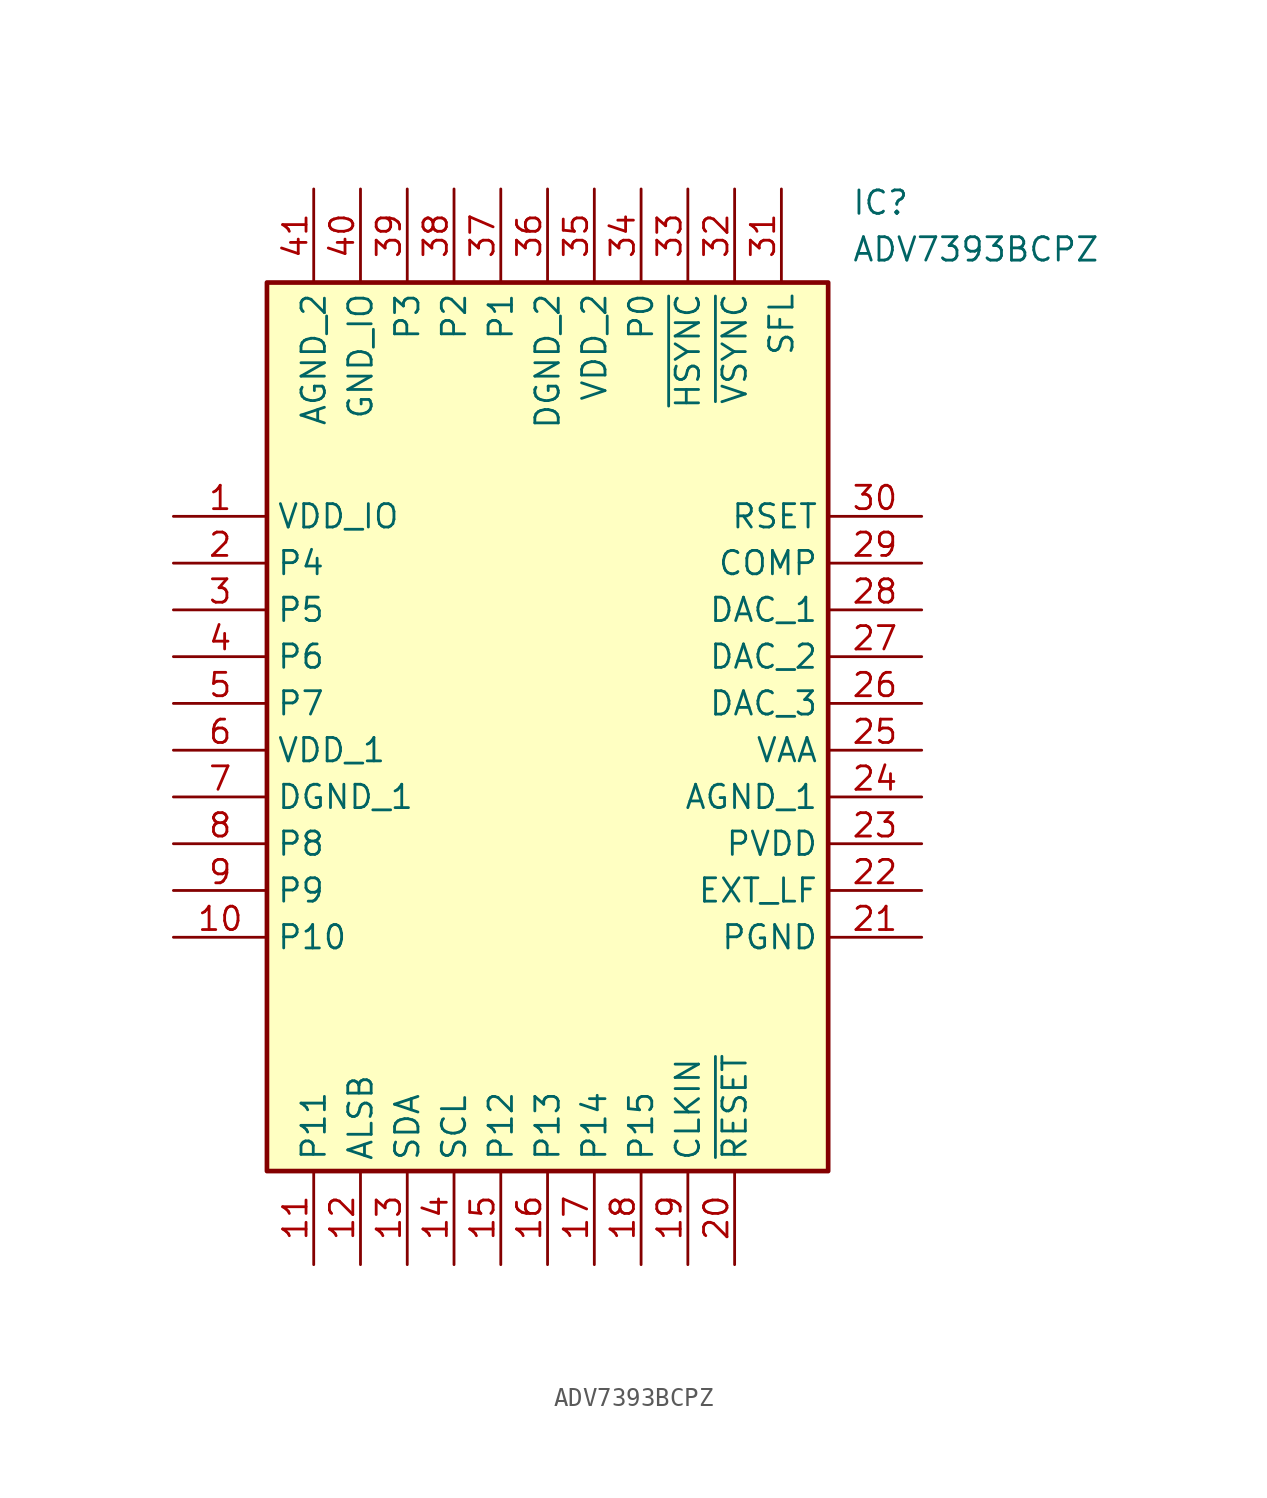
<source format=kicad_sym>
(kicad_symbol_lib
  (version 20211014)
  (generator SamacSys_ECAD_Model)
  (symbol "ADV7393BCPZ"
    (property "Reference" "IC"
      (at 36.83 17.78 0)
      (effects (font (size 1.27 1.27)) (justify left top)))
    (property "Value" "ADV7393BCPZ"
      (at 36.83 15.24 0)
      (effects (font (size 1.27 1.27)) (justify left top)))
    (rectangle
      (start 5.08 12.7)
      (end 35.56 -35.56)
      (stroke (width 0.254) (type default))
      (fill (type background)))
    (pin passive line
      (at 0 0 0)
      (length 5.08)
      (name "VDD_IO" (effects (font (size 1.27 1.27))))
      (number "1" (effects (font (size 1.27 1.27)))))
    (pin passive line
      (at 0 -2.54 0)
      (length 5.08)
      (name "P4" (effects (font (size 1.27 1.27))))
      (number "2" (effects (font (size 1.27 1.27)))))
    (pin passive line
      (at 0 -5.08 0)
      (length 5.08)
      (name "P5" (effects (font (size 1.27 1.27))))
      (number "3" (effects (font (size 1.27 1.27)))))
    (pin passive line
      (at 0 -7.62 0)
      (length 5.08)
      (name "P6" (effects (font (size 1.27 1.27))))
      (number "4" (effects (font (size 1.27 1.27)))))
    (pin passive line
      (at 0 -10.16 0)
      (length 5.08)
      (name "P7" (effects (font (size 1.27 1.27))))
      (number "5" (effects (font (size 1.27 1.27)))))
    (pin passive line
      (at 0 -12.7 0)
      (length 5.08)
      (name "VDD_1" (effects (font (size 1.27 1.27))))
      (number "6" (effects (font (size 1.27 1.27)))))
    (pin passive line
      (at 0 -15.24 0)
      (length 5.08)
      (name "DGND_1" (effects (font (size 1.27 1.27))))
      (number "7" (effects (font (size 1.27 1.27)))))
    (pin passive line
      (at 0 -17.78 0)
      (length 5.08)
      (name "P8" (effects (font (size 1.27 1.27))))
      (number "8" (effects (font (size 1.27 1.27)))))
    (pin passive line
      (at 0 -20.32 0)
      (length 5.08)
      (name "P9" (effects (font (size 1.27 1.27))))
      (number "9" (effects (font (size 1.27 1.27)))))
    (pin passive line
      (at 0 -22.86 0)
      (length 5.08)
      (name "P10" (effects (font (size 1.27 1.27))))
      (number "10" (effects (font (size 1.27 1.27)))))
    (pin passive line
      (at 7.62 -40.64 90)
      (length 5.08)
      (name "P11" (effects (font (size 1.27 1.27))))
      (number "11" (effects (font (size 1.27 1.27)))))
    (pin passive line
      (at 10.16 -40.64 90)
      (length 5.08)
      (name "ALSB" (effects (font (size 1.27 1.27))))
      (number "12" (effects (font (size 1.27 1.27)))))
    (pin passive line
      (at 12.7 -40.64 90)
      (length 5.08)
      (name "SDA" (effects (font (size 1.27 1.27))))
      (number "13" (effects (font (size 1.27 1.27)))))
    (pin passive line
      (at 15.24 -40.64 90)
      (length 5.08)
      (name "SCL" (effects (font (size 1.27 1.27))))
      (number "14" (effects (font (size 1.27 1.27)))))
    (pin passive line
      (at 17.78 -40.64 90)
      (length 5.08)
      (name "P12" (effects (font (size 1.27 1.27))))
      (number "15" (effects (font (size 1.27 1.27)))))
    (pin passive line
      (at 20.32 -40.64 90)
      (length 5.08)
      (name "P13" (effects (font (size 1.27 1.27))))
      (number "16" (effects (font (size 1.27 1.27)))))
    (pin passive line
      (at 22.86 -40.64 90)
      (length 5.08)
      (name "P14" (effects (font (size 1.27 1.27))))
      (number "17" (effects (font (size 1.27 1.27)))))
    (pin passive line
      (at 25.4 -40.64 90)
      (length 5.08)
      (name "P15" (effects (font (size 1.27 1.27))))
      (number "18" (effects (font (size 1.27 1.27)))))
    (pin passive line
      (at 27.94 -40.64 90)
      (length 5.08)
      (name "CLKIN" (effects (font (size 1.27 1.27))))
      (number "19" (effects (font (size 1.27 1.27)))))
    (pin passive line
      (at 30.48 -40.64 90)
      (length 5.08)
      (name "~{RESET}" (effects (font (size 1.27 1.27))))
      (number "20" (effects (font (size 1.27 1.27)))))
    (pin passive line
      (at 40.64 0 180)
      (length 5.08)
      (name "RSET" (effects (font (size 1.27 1.27))))
      (number "30" (effects (font (size 1.27 1.27)))))
    (pin passive line
      (at 40.64 -2.54 180)
      (length 5.08)
      (name "COMP" (effects (font (size 1.27 1.27))))
      (number "29" (effects (font (size 1.27 1.27)))))
    (pin passive line
      (at 40.64 -5.08 180)
      (length 5.08)
      (name "DAC_1" (effects (font (size 1.27 1.27))))
      (number "28" (effects (font (size 1.27 1.27)))))
    (pin passive line
      (at 40.64 -7.62 180)
      (length 5.08)
      (name "DAC_2" (effects (font (size 1.27 1.27))))
      (number "27" (effects (font (size 1.27 1.27)))))
    (pin passive line
      (at 40.64 -10.16 180)
      (length 5.08)
      (name "DAC_3" (effects (font (size 1.27 1.27))))
      (number "26" (effects (font (size 1.27 1.27)))))
    (pin passive line
      (at 40.64 -12.7 180)
      (length 5.08)
      (name "VAA" (effects (font (size 1.27 1.27))))
      (number "25" (effects (font (size 1.27 1.27)))))
    (pin passive line
      (at 40.64 -15.24 180)
      (length 5.08)
      (name "AGND_1" (effects (font (size 1.27 1.27))))
      (number "24" (effects (font (size 1.27 1.27)))))
    (pin passive line
      (at 40.64 -17.78 180)
      (length 5.08)
      (name "PVDD" (effects (font (size 1.27 1.27))))
      (number "23" (effects (font (size 1.27 1.27)))))
    (pin passive line
      (at 40.64 -20.32 180)
      (length 5.08)
      (name "EXT_LF" (effects (font (size 1.27 1.27))))
      (number "22" (effects (font (size 1.27 1.27)))))
    (pin passive line
      (at 40.64 -22.86 180)
      (length 5.08)
      (name "PGND" (effects (font (size 1.27 1.27))))
      (number "21" (effects (font (size 1.27 1.27)))))
    (pin passive line
      (at 7.62 17.78 270)
      (length 5.08)
      (name "AGND_2" (effects (font (size 1.27 1.27))))
      (number "41" (effects (font (size 1.27 1.27)))))
    (pin passive line
      (at 10.16 17.78 270)
      (length 5.08)
      (name "GND_IO" (effects (font (size 1.27 1.27))))
      (number "40" (effects (font (size 1.27 1.27)))))
    (pin passive line
      (at 12.7 17.78 270)
      (length 5.08)
      (name "P3" (effects (font (size 1.27 1.27))))
      (number "39" (effects (font (size 1.27 1.27)))))
    (pin passive line
      (at 15.24 17.78 270)
      (length 5.08)
      (name "P2" (effects (font (size 1.27 1.27))))
      (number "38" (effects (font (size 1.27 1.27)))))
    (pin passive line
      (at 17.78 17.78 270)
      (length 5.08)
      (name "P1" (effects (font (size 1.27 1.27))))
      (number "37" (effects (font (size 1.27 1.27)))))
    (pin passive line
      (at 20.32 17.78 270)
      (length 5.08)
      (name "DGND_2" (effects (font (size 1.27 1.27))))
      (number "36" (effects (font (size 1.27 1.27)))))
    (pin passive line
      (at 22.86 17.78 270)
      (length 5.08)
      (name "VDD_2" (effects (font (size 1.27 1.27))))
      (number "35" (effects (font (size 1.27 1.27)))))
    (pin passive line
      (at 25.4 17.78 270)
      (length 5.08)
      (name "P0" (effects (font (size 1.27 1.27))))
      (number "34" (effects (font (size 1.27 1.27)))))
    (pin passive line
      (at 27.94 17.78 270)
      (length 5.08)
      (name "~{HSYNC}" (effects (font (size 1.27 1.27))))
      (number "33" (effects (font (size 1.27 1.27)))))
    (pin passive line
      (at 30.48 17.78 270)
      (length 5.08)
      (name "~{VSYNC}" (effects (font (size 1.27 1.27))))
      (number "32" (effects (font (size 1.27 1.27)))))
    (pin passive line
      (at 33.02 17.78 270)
      (length 5.08)
      (name "SFL" (effects (font (size 1.27 1.27))))
      (number "31" (effects (font (size 1.27 1.27)))))))
</source>
